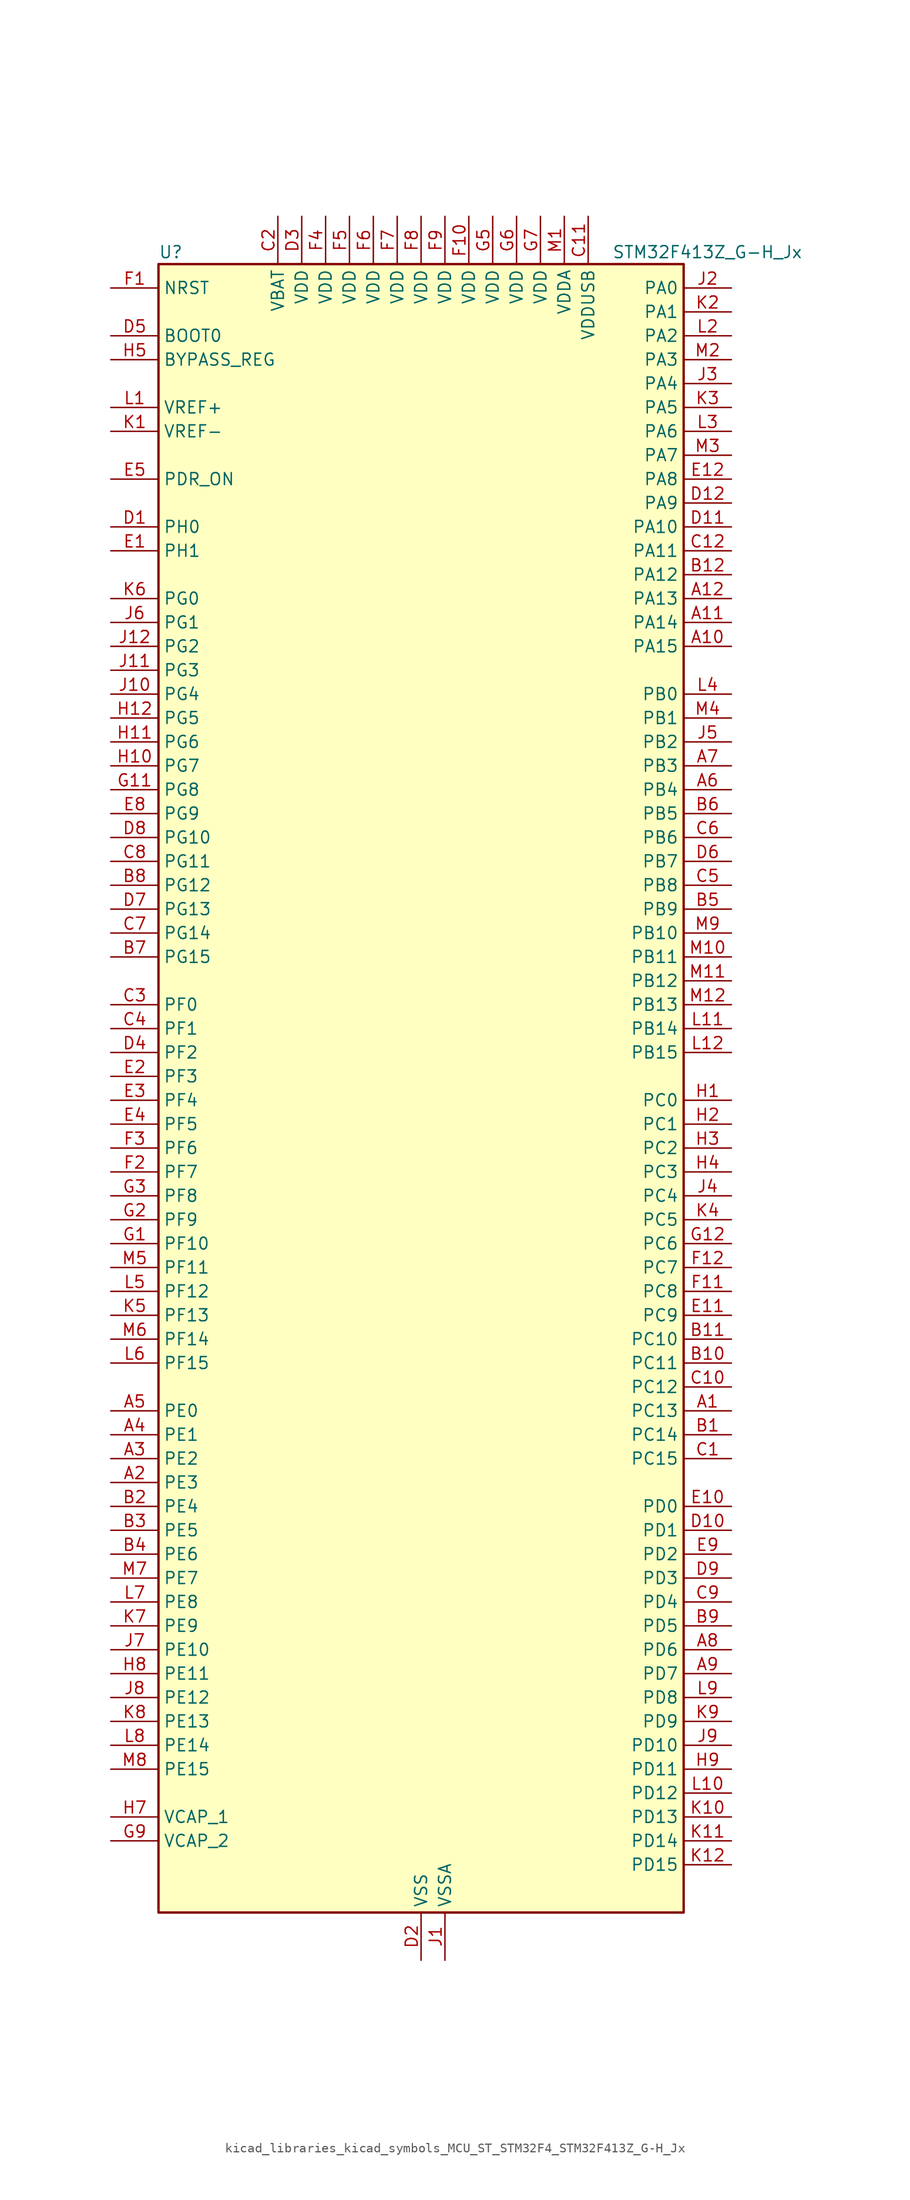
<source format=kicad_sym>
(kicad_symbol_lib
  (version 20220914)
  (generator kicad_symbol_editor)
  (symbol "kicad_libraries_kicad_symbols_MCU_ST_STM32F4_STM32F413Z_G-H_Jx"
    (property "Reference" "U"
      (at -27.94 90.17 0)
      (effects (font (size 1.27 1.27)) (justify left)))
    (property "Value" "STM32F413Z_G-H_Jx"
      (at 20.32 90.17 0)
      (effects (font (size 1.27 1.27)) (justify left)))
    (property "ki_locked" ""
      (at 0 0 0)
      (effects (font (size 1.27 1.27))))
    (symbol "kicad_libraries_kicad_symbols_MCU_ST_STM32F4_STM32F413Z_G-H_Jx_0_1"
      (rectangle (start -27.94 -86.36) (end 27.94 88.9) (stroke (width 0.254) (type default)) (fill (type background))))
    (symbol "kicad_libraries_kicad_symbols_MCU_ST_STM32F4_STM32F413Z_G-H_Jx_1_1"
      (pin bidirectional line (at 33.02 -33.02 180) (length 5.08) (name "PC13" (effects (font (size 1.27 1.27)))) (number "A1" (effects (font (size 1.27 1.27)))) (alternate "RTC_AF1" bidirectional line))
      (pin bidirectional line (at 33.02 48.26 180) (length 5.08) (name "PA15" (effects (font (size 1.27 1.27)))) (number "A10" (effects (font (size 1.27 1.27)))) (alternate "ADC1_EXTI15" bidirectional line) (alternate "CAN3_TX" bidirectional line) (alternate "I2S1_WS" bidirectional line) (alternate "I2S3_WS" bidirectional line) (alternate "SAI1_MCLK_A" bidirectional line) (alternate "SPI1_NSS" bidirectional line) (alternate "SPI3_NSS" bidirectional line) (alternate "SYS_JTDI" bidirectional line) (alternate "TIM2_CH1" bidirectional line) (alternate "TIM2_ETR" bidirectional line) (alternate "UART7_TX" bidirectional line) (alternate "USART1_TX" bidirectional line))
      (pin bidirectional line (at 33.02 50.8 180) (length 5.08) (name "PA14" (effects (font (size 1.27 1.27)))) (number "A11" (effects (font (size 1.27 1.27)))) (alternate "SYS_JTCK-SWCLK" bidirectional line))
      (pin bidirectional line (at 33.02 53.34 180) (length 5.08) (name "PA13" (effects (font (size 1.27 1.27)))) (number "A12" (effects (font (size 1.27 1.27)))) (alternate "SYS_JTMS-SWDIO" bidirectional line))
      (pin bidirectional line (at -33.02 -40.64 0) (length 5.08) (name "PE3" (effects (font (size 1.27 1.27)))) (number "A2" (effects (font (size 1.27 1.27)))) (alternate "FSMC_A19" bidirectional line) (alternate "SAI1_SD_B" bidirectional line) (alternate "SYS_TRACED0" bidirectional line) (alternate "UART10_TX" bidirectional line))
      (pin bidirectional line (at -33.02 -38.1 0) (length 5.08) (name "PE2" (effects (font (size 1.27 1.27)))) (number "A3" (effects (font (size 1.27 1.27)))) (alternate "FSMC_A23" bidirectional line) (alternate "I2S4_CK" bidirectional line) (alternate "I2S5_CK" bidirectional line) (alternate "QUADSPI_BK1_IO2" bidirectional line) (alternate "SAI1_MCLK_A" bidirectional line) (alternate "SPI4_SCK" bidirectional line) (alternate "SPI5_SCK" bidirectional line) (alternate "SYS_TRACECLK" bidirectional line) (alternate "UART10_RX" bidirectional line))
      (pin bidirectional line (at -33.02 -35.56 0) (length 5.08) (name "PE1" (effects (font (size 1.27 1.27)))) (number "A4" (effects (font (size 1.27 1.27)))) (alternate "DFSDM2_DATIN4" bidirectional line) (alternate "FSMC_NBL1" bidirectional line) (alternate "UART8_TX" bidirectional line))
      (pin bidirectional line (at -33.02 -33.02 0) (length 5.08) (name "PE0" (effects (font (size 1.27 1.27)))) (number "A5" (effects (font (size 1.27 1.27)))) (alternate "DFSDM2_CKIN4" bidirectional line) (alternate "FSMC_NBL0" bidirectional line) (alternate "TIM4_ETR" bidirectional line) (alternate "UART8_RX" bidirectional line))
      (pin bidirectional line (at 33.02 33.02 180) (length 5.08) (name "PB4" (effects (font (size 1.27 1.27)))) (number "A6" (effects (font (size 1.27 1.27)))) (alternate "CAN3_TX" bidirectional line) (alternate "I2C3_SDA" bidirectional line) (alternate "I2S3_ext_SD" bidirectional line) (alternate "SAI1_SCK_A" bidirectional line) (alternate "SDIO_D0" bidirectional line) (alternate "SPI1_MISO" bidirectional line) (alternate "SPI3_MISO" bidirectional line) (alternate "SYS_JTRST" bidirectional line) (alternate "TIM3_CH1" bidirectional line) (alternate "UART7_TX" bidirectional line))
      (pin bidirectional line (at 33.02 35.56 180) (length 5.08) (name "PB3" (effects (font (size 1.27 1.27)))) (number "A7" (effects (font (size 1.27 1.27)))) (alternate "CAN3_RX" bidirectional line) (alternate "FMPI2C1_SDA" bidirectional line) (alternate "I2C2_SDA" bidirectional line) (alternate "I2S1_CK" bidirectional line) (alternate "I2S3_CK" bidirectional line) (alternate "SAI1_SD_A" bidirectional line) (alternate "SPI1_SCK" bidirectional line) (alternate "SPI3_SCK" bidirectional line) (alternate "SYS_JTDO-SWO" bidirectional line) (alternate "TIM2_CH2" bidirectional line) (alternate "UART7_RX" bidirectional line) (alternate "USART1_RX" bidirectional line))
      (pin bidirectional line (at 33.02 -58.42 180) (length 5.08) (name "PD6" (effects (font (size 1.27 1.27)))) (number "A8" (effects (font (size 1.27 1.27)))) (alternate "DFSDM1_DATIN1" bidirectional line) (alternate "FSMC_NWAIT" bidirectional line) (alternate "I2S3_SD" bidirectional line) (alternate "SPI3_MOSI" bidirectional line) (alternate "USART2_RX" bidirectional line))
      (pin bidirectional line (at 33.02 -60.96 180) (length 5.08) (name "PD7" (effects (font (size 1.27 1.27)))) (number "A9" (effects (font (size 1.27 1.27)))) (alternate "DFSDM1_CKIN1" bidirectional line) (alternate "FSMC_NE1" bidirectional line) (alternate "USART2_CK" bidirectional line))
      (pin bidirectional line (at 33.02 -35.56 180) (length 5.08) (name "PC14" (effects (font (size 1.27 1.27)))) (number "B1" (effects (font (size 1.27 1.27)))) (alternate "RCC_OSC32_IN" bidirectional line))
      (pin bidirectional line (at 33.02 -27.94 180) (length 5.08) (name "PC11" (effects (font (size 1.27 1.27)))) (number "B10" (effects (font (size 1.27 1.27)))) (alternate "ADC1_EXTI11" bidirectional line) (alternate "DFSDM2_DATIN5" bidirectional line) (alternate "FSMC_D2" bidirectional line) (alternate "FSMC_DA2" bidirectional line) (alternate "I2S3_ext_SD" bidirectional line) (alternate "QUADSPI_BK2_NCS" bidirectional line) (alternate "SDIO_D3" bidirectional line) (alternate "SPI3_MISO" bidirectional line) (alternate "UART4_RX" bidirectional line) (alternate "USART3_RX" bidirectional line))
      (pin bidirectional line (at 33.02 -25.4 180) (length 5.08) (name "PC10" (effects (font (size 1.27 1.27)))) (number "B11" (effects (font (size 1.27 1.27)))) (alternate "DFSDM2_CKIN5" bidirectional line) (alternate "I2S3_CK" bidirectional line) (alternate "QUADSPI_BK1_IO1" bidirectional line) (alternate "SDIO_D2" bidirectional line) (alternate "SPI3_SCK" bidirectional line) (alternate "USART3_TX" bidirectional line))
      (pin bidirectional line (at 33.02 55.88 180) (length 5.08) (name "PA12" (effects (font (size 1.27 1.27)))) (number "B12" (effects (font (size 1.27 1.27)))) (alternate "CAN1_TX" bidirectional line) (alternate "DFSDM2_DATIN5" bidirectional line) (alternate "SPI2_MISO" bidirectional line) (alternate "SPI5_MISO" bidirectional line) (alternate "TIM1_ETR" bidirectional line) (alternate "UART4_TX" bidirectional line) (alternate "USART1_RTS" bidirectional line) (alternate "USART6_RX" bidirectional line) (alternate "USB_OTG_FS_DP" bidirectional line))
      (pin bidirectional line (at -33.02 -43.18 0) (length 5.08) (name "PE4" (effects (font (size 1.27 1.27)))) (number "B2" (effects (font (size 1.27 1.27)))) (alternate "DFSDM1_DATIN3" bidirectional line) (alternate "FSMC_A20" bidirectional line) (alternate "I2S4_WS" bidirectional line) (alternate "I2S5_WS" bidirectional line) (alternate "SAI1_SD_A" bidirectional line) (alternate "SPI4_NSS" bidirectional line) (alternate "SPI5_NSS" bidirectional line) (alternate "SYS_TRACED1" bidirectional line))
      (pin bidirectional line (at -33.02 -45.72 0) (length 5.08) (name "PE5" (effects (font (size 1.27 1.27)))) (number "B3" (effects (font (size 1.27 1.27)))) (alternate "DFSDM1_CKIN3" bidirectional line) (alternate "FSMC_A21" bidirectional line) (alternate "SAI1_SCK_A" bidirectional line) (alternate "SPI4_MISO" bidirectional line) (alternate "SPI5_MISO" bidirectional line) (alternate "SYS_TRACED2" bidirectional line) (alternate "TIM9_CH1" bidirectional line))
      (pin bidirectional line (at -33.02 -48.26 0) (length 5.08) (name "PE6" (effects (font (size 1.27 1.27)))) (number "B4" (effects (font (size 1.27 1.27)))) (alternate "FSMC_A22" bidirectional line) (alternate "I2S4_SD" bidirectional line) (alternate "I2S5_SD" bidirectional line) (alternate "SAI1_FS_A" bidirectional line) (alternate "SPI4_MOSI" bidirectional line) (alternate "SPI5_MOSI" bidirectional line) (alternate "SYS_TRACED3" bidirectional line) (alternate "TIM9_CH2" bidirectional line))
      (pin bidirectional line (at 33.02 20.32 180) (length 5.08) (name "PB9" (effects (font (size 1.27 1.27)))) (number "B5" (effects (font (size 1.27 1.27)))) (alternate "CAN1_TX" bidirectional line) (alternate "DAC_EXTI9" bidirectional line) (alternate "DFSDM2_DATIN1" bidirectional line) (alternate "I2C1_SDA" bidirectional line) (alternate "I2C2_SDA" bidirectional line) (alternate "I2S2_WS" bidirectional line) (alternate "SDIO_D5" bidirectional line) (alternate "SPI2_NSS" bidirectional line) (alternate "TIM11_CH1" bidirectional line) (alternate "TIM4_CH4" bidirectional line) (alternate "UART5_TX" bidirectional line))
      (pin bidirectional line (at 33.02 30.48 180) (length 5.08) (name "PB5" (effects (font (size 1.27 1.27)))) (number "B6" (effects (font (size 1.27 1.27)))) (alternate "CAN2_RX" bidirectional line) (alternate "I2C1_SMBA" bidirectional line) (alternate "I2S1_SD" bidirectional line) (alternate "I2S3_SD" bidirectional line) (alternate "LPTIM1_IN1" bidirectional line) (alternate "SAI1_FS_A" bidirectional line) (alternate "SDIO_D3" bidirectional line) (alternate "SPI1_MOSI" bidirectional line) (alternate "SPI3_MOSI" bidirectional line) (alternate "TIM3_CH2" bidirectional line) (alternate "UART5_RX" bidirectional line))
      (pin bidirectional line (at -33.02 15.24 0) (length 5.08) (name "PG15" (effects (font (size 1.27 1.27)))) (number "B7" (effects (font (size 1.27 1.27)))) (alternate "ADC1_EXTI15" bidirectional line) (alternate "USART6_CTS" bidirectional line))
      (pin bidirectional line (at -33.02 22.86 0) (length 5.08) (name "PG12" (effects (font (size 1.27 1.27)))) (number "B8" (effects (font (size 1.27 1.27)))) (alternate "CAN2_TX" bidirectional line) (alternate "FSMC_NE4" bidirectional line) (alternate "UART10_TX" bidirectional line) (alternate "USART6_RTS" bidirectional line))
      (pin bidirectional line (at 33.02 -55.88 180) (length 5.08) (name "PD5" (effects (font (size 1.27 1.27)))) (number "B9" (effects (font (size 1.27 1.27)))) (alternate "DFSDM2_CKOUT" bidirectional line) (alternate "FSMC_NWE" bidirectional line) (alternate "USART2_TX" bidirectional line))
      (pin bidirectional line (at 33.02 -38.1 180) (length 5.08) (name "PC15" (effects (font (size 1.27 1.27)))) (number "C1" (effects (font (size 1.27 1.27)))) (alternate "ADC1_EXTI15" bidirectional line) (alternate "RCC_OSC32_OUT" bidirectional line))
      (pin bidirectional line (at 33.02 -30.48 180) (length 5.08) (name "PC12" (effects (font (size 1.27 1.27)))) (number "C10" (effects (font (size 1.27 1.27)))) (alternate "FSMC_D3" bidirectional line) (alternate "FSMC_DA3" bidirectional line) (alternate "I2S3_SD" bidirectional line) (alternate "SDIO_CK" bidirectional line) (alternate "SPI3_MOSI" bidirectional line) (alternate "UART5_TX" bidirectional line) (alternate "USART3_CK" bidirectional line))
      (pin power_in line (at 17.78 93.98 270) (length 5.08) (name "VDDUSB" (effects (font (size 1.27 1.27)))) (number "C11" (effects (font (size 1.27 1.27)))))
      (pin bidirectional line (at 33.02 58.42 180) (length 5.08) (name "PA11" (effects (font (size 1.27 1.27)))) (number "C12" (effects (font (size 1.27 1.27)))) (alternate "ADC1_EXTI11" bidirectional line) (alternate "CAN1_RX" bidirectional line) (alternate "DFSDM2_CKIN5" bidirectional line) (alternate "I2S2_WS" bidirectional line) (alternate "SPI2_NSS" bidirectional line) (alternate "SPI4_MISO" bidirectional line) (alternate "TIM1_CH4" bidirectional line) (alternate "UART4_RX" bidirectional line) (alternate "USART1_CTS" bidirectional line) (alternate "USART6_TX" bidirectional line) (alternate "USB_OTG_FS_DM" bidirectional line))
      (pin power_in line (at -15.24 93.98 270) (length 5.08) (name "VBAT" (effects (font (size 1.27 1.27)))) (number "C2" (effects (font (size 1.27 1.27)))))
      (pin bidirectional line (at -33.02 10.16 0) (length 5.08) (name "PF0" (effects (font (size 1.27 1.27)))) (number "C3" (effects (font (size 1.27 1.27)))) (alternate "FSMC_A0" bidirectional line) (alternate "I2C2_SDA" bidirectional line))
      (pin bidirectional line (at -33.02 7.62 0) (length 5.08) (name "PF1" (effects (font (size 1.27 1.27)))) (number "C4" (effects (font (size 1.27 1.27)))) (alternate "FSMC_A1" bidirectional line) (alternate "I2C2_SCL" bidirectional line))
      (pin bidirectional line (at 33.02 22.86 180) (length 5.08) (name "PB8" (effects (font (size 1.27 1.27)))) (number "C5" (effects (font (size 1.27 1.27)))) (alternate "CAN1_RX" bidirectional line) (alternate "DFSDM2_CKIN1" bidirectional line) (alternate "I2C1_SCL" bidirectional line) (alternate "I2C3_SDA" bidirectional line) (alternate "I2S5_SD" bidirectional line) (alternate "LPTIM1_OUT" bidirectional line) (alternate "SDIO_D4" bidirectional line) (alternate "SPI5_MOSI" bidirectional line) (alternate "TIM10_CH1" bidirectional line) (alternate "TIM4_CH3" bidirectional line) (alternate "UART5_RX" bidirectional line))
      (pin bidirectional line (at 33.02 27.94 180) (length 5.08) (name "PB6" (effects (font (size 1.27 1.27)))) (number "C6" (effects (font (size 1.27 1.27)))) (alternate "CAN2_TX" bidirectional line) (alternate "DFSDM2_CKIN7" bidirectional line) (alternate "I2C1_SCL" bidirectional line) (alternate "LPTIM1_ETR" bidirectional line) (alternate "QUADSPI_BK1_NCS" bidirectional line) (alternate "SDIO_D0" bidirectional line) (alternate "TIM4_CH1" bidirectional line) (alternate "UART5_TX" bidirectional line) (alternate "USART1_TX" bidirectional line))
      (pin bidirectional line (at -33.02 17.78 0) (length 5.08) (name "PG14" (effects (font (size 1.27 1.27)))) (number "C7" (effects (font (size 1.27 1.27)))) (alternate "FSMC_A25" bidirectional line) (alternate "QUADSPI_BK2_IO3" bidirectional line) (alternate "SYS_TRACED3" bidirectional line) (alternate "USART6_TX" bidirectional line))
      (pin bidirectional line (at -33.02 25.4 0) (length 5.08) (name "PG11" (effects (font (size 1.27 1.27)))) (number "C8" (effects (font (size 1.27 1.27)))) (alternate "ADC1_EXTI11" bidirectional line) (alternate "CAN2_RX" bidirectional line) (alternate "UART10_RX" bidirectional line))
      (pin bidirectional line (at 33.02 -53.34 180) (length 5.08) (name "PD4" (effects (font (size 1.27 1.27)))) (number "C9" (effects (font (size 1.27 1.27)))) (alternate "DFSDM1_CKIN0" bidirectional line) (alternate "FSMC_NOE" bidirectional line) (alternate "USART2_RTS" bidirectional line))
      (pin bidirectional line (at -33.02 60.96 0) (length 5.08) (name "PH0" (effects (font (size 1.27 1.27)))) (number "D1" (effects (font (size 1.27 1.27)))) (alternate "RCC_OSC_IN" bidirectional line))
      (pin bidirectional line (at 33.02 -45.72 180) (length 5.08) (name "PD1" (effects (font (size 1.27 1.27)))) (number "D10" (effects (font (size 1.27 1.27)))) (alternate "CAN1_TX" bidirectional line) (alternate "DFSDM2_DATIN6" bidirectional line) (alternate "FSMC_D3" bidirectional line) (alternate "FSMC_DA3" bidirectional line) (alternate "UART4_TX" bidirectional line))
      (pin bidirectional line (at 33.02 60.96 180) (length 5.08) (name "PA10" (effects (font (size 1.27 1.27)))) (number "D11" (effects (font (size 1.27 1.27)))) (alternate "DFSDM2_DATIN3" bidirectional line) (alternate "I2S2_SD" bidirectional line) (alternate "I2S5_SD" bidirectional line) (alternate "SPI2_MOSI" bidirectional line) (alternate "SPI5_MOSI" bidirectional line) (alternate "TIM1_CH3" bidirectional line) (alternate "USART1_RX" bidirectional line) (alternate "USB_OTG_FS_ID" bidirectional line))
      (pin bidirectional line (at 33.02 63.5 180) (length 5.08) (name "PA9" (effects (font (size 1.27 1.27)))) (number "D12" (effects (font (size 1.27 1.27)))) (alternate "DAC_EXTI9" bidirectional line) (alternate "DFSDM2_CKIN3" bidirectional line) (alternate "I2C3_SMBA" bidirectional line) (alternate "I2S2_CK" bidirectional line) (alternate "SDIO_D2" bidirectional line) (alternate "SPI2_SCK" bidirectional line) (alternate "TIM1_CH2" bidirectional line) (alternate "USART1_TX" bidirectional line) (alternate "USB_OTG_FS_VBUS" bidirectional line))
      (pin power_in line (at 0 -91.44 90) (length 5.08) (name "VSS" (effects (font (size 1.27 1.27)))) (number "D2" (effects (font (size 1.27 1.27)))))
      (pin power_in line (at -12.7 93.98 270) (length 5.08) (name "VDD" (effects (font (size 1.27 1.27)))) (number "D3" (effects (font (size 1.27 1.27)))))
      (pin bidirectional line (at -33.02 5.08 0) (length 5.08) (name "PF2" (effects (font (size 1.27 1.27)))) (number "D4" (effects (font (size 1.27 1.27)))) (alternate "FSMC_A2" bidirectional line) (alternate "I2C2_SMBA" bidirectional line))
      (pin input line (at -33.02 81.28 0) (length 5.08) (name "BOOT0" (effects (font (size 1.27 1.27)))) (number "D5" (effects (font (size 1.27 1.27)))))
      (pin bidirectional line (at 33.02 25.4 180) (length 5.08) (name "PB7" (effects (font (size 1.27 1.27)))) (number "D6" (effects (font (size 1.27 1.27)))) (alternate "DFSDM2_DATIN7" bidirectional line) (alternate "FSMC_NL" bidirectional line) (alternate "I2C1_SDA" bidirectional line) (alternate "LPTIM1_IN2" bidirectional line) (alternate "TIM4_CH2" bidirectional line) (alternate "USART1_RX" bidirectional line))
      (pin bidirectional line (at -33.02 20.32 0) (length 5.08) (name "PG13" (effects (font (size 1.27 1.27)))) (number "D7" (effects (font (size 1.27 1.27)))) (alternate "FSMC_A24" bidirectional line) (alternate "SYS_TRACED2" bidirectional line) (alternate "USART6_CTS" bidirectional line))
      (pin bidirectional line (at -33.02 27.94 0) (length 5.08) (name "PG10" (effects (font (size 1.27 1.27)))) (number "D8" (effects (font (size 1.27 1.27)))) (alternate "FSMC_NE3" bidirectional line))
      (pin bidirectional line (at 33.02 -50.8 180) (length 5.08) (name "PD3" (effects (font (size 1.27 1.27)))) (number "D9" (effects (font (size 1.27 1.27)))) (alternate "DFSDM1_DATIN0" bidirectional line) (alternate "FSMC_CLK" bidirectional line) (alternate "I2S2_CK" bidirectional line) (alternate "QUADSPI_CLK" bidirectional line) (alternate "SPI2_SCK" bidirectional line) (alternate "SYS_TRACED1" bidirectional line) (alternate "USART2_CTS" bidirectional line))
      (pin bidirectional line (at -33.02 58.42 0) (length 5.08) (name "PH1" (effects (font (size 1.27 1.27)))) (number "E1" (effects (font (size 1.27 1.27)))) (alternate "RCC_OSC_OUT" bidirectional line))
      (pin bidirectional line (at 33.02 -43.18 180) (length 5.08) (name "PD0" (effects (font (size 1.27 1.27)))) (number "E10" (effects (font (size 1.27 1.27)))) (alternate "CAN1_RX" bidirectional line) (alternate "DFSDM2_CKIN6" bidirectional line) (alternate "FSMC_D2" bidirectional line) (alternate "FSMC_DA2" bidirectional line) (alternate "UART4_RX" bidirectional line))
      (pin bidirectional line (at 33.02 -22.86 180) (length 5.08) (name "PC9" (effects (font (size 1.27 1.27)))) (number "E11" (effects (font (size 1.27 1.27)))) (alternate "DAC_EXTI9" bidirectional line) (alternate "DFSDM2_DATIN3" bidirectional line) (alternate "I2C3_SDA" bidirectional line) (alternate "I2S_CKIN" bidirectional line) (alternate "QUADSPI_BK1_IO0" bidirectional line) (alternate "RCC_MCO_2" bidirectional line) (alternate "SDIO_D1" bidirectional line) (alternate "TIM3_CH4" bidirectional line) (alternate "TIM8_CH4" bidirectional line))
      (pin bidirectional line (at 33.02 66.04 180) (length 5.08) (name "PA8" (effects (font (size 1.27 1.27)))) (number "E12" (effects (font (size 1.27 1.27)))) (alternate "CAN3_RX" bidirectional line) (alternate "DFSDM1_CKOUT" bidirectional line) (alternate "I2C3_SCL" bidirectional line) (alternate "RCC_MCO_1" bidirectional line) (alternate "SDIO_D1" bidirectional line) (alternate "TIM1_CH1" bidirectional line) (alternate "UART7_RX" bidirectional line) (alternate "USART1_CK" bidirectional line) (alternate "USB_OTG_FS_SOF" bidirectional line))
      (pin bidirectional line (at -33.02 2.54 0) (length 5.08) (name "PF3" (effects (font (size 1.27 1.27)))) (number "E2" (effects (font (size 1.27 1.27)))) (alternate "FSMC_A3" bidirectional line) (alternate "TIM5_CH1" bidirectional line))
      (pin bidirectional line (at -33.02 0 0) (length 5.08) (name "PF4" (effects (font (size 1.27 1.27)))) (number "E3" (effects (font (size 1.27 1.27)))) (alternate "FSMC_A4" bidirectional line) (alternate "TIM5_CH2" bidirectional line))
      (pin bidirectional line (at -33.02 -2.54 0) (length 5.08) (name "PF5" (effects (font (size 1.27 1.27)))) (number "E4" (effects (font (size 1.27 1.27)))) (alternate "FSMC_A5" bidirectional line) (alternate "TIM5_CH3" bidirectional line))
      (pin input line (at -33.02 66.04 0) (length 5.08) (name "PDR_ON" (effects (font (size 1.27 1.27)))) (number "E5" (effects (font (size 1.27 1.27)))))
      (pin passive line (at 0 -91.44 90) (length 5.08) hide (name "VSS" (effects (font (size 1.27 1.27)))) (number "E6" (effects (font (size 1.27 1.27)))))
      (pin passive line (at 0 -91.44 90) (length 5.08) hide (name "VSS" (effects (font (size 1.27 1.27)))) (number "E7" (effects (font (size 1.27 1.27)))))
      (pin bidirectional line (at -33.02 30.48 0) (length 5.08) (name "PG9" (effects (font (size 1.27 1.27)))) (number "E8" (effects (font (size 1.27 1.27)))) (alternate "DAC_EXTI9" bidirectional line) (alternate "FSMC_NE2" bidirectional line) (alternate "QUADSPI_BK2_IO2" bidirectional line) (alternate "USART6_RX" bidirectional line))
      (pin bidirectional line (at 33.02 -48.26 180) (length 5.08) (name "PD2" (effects (font (size 1.27 1.27)))) (number "E9" (effects (font (size 1.27 1.27)))) (alternate "DFSDM2_CKOUT" bidirectional line) (alternate "FSMC_NWE" bidirectional line) (alternate "SDIO_CMD" bidirectional line) (alternate "TIM3_ETR" bidirectional line) (alternate "UART5_RX" bidirectional line))
      (pin input line (at -33.02 86.36 0) (length 5.08) (name "NRST" (effects (font (size 1.27 1.27)))) (number "F1" (effects (font (size 1.27 1.27)))))
      (pin power_in line (at 5.08 93.98 270) (length 5.08) (name "VDD" (effects (font (size 1.27 1.27)))) (number "F10" (effects (font (size 1.27 1.27)))))
      (pin bidirectional line (at 33.02 -20.32 180) (length 5.08) (name "PC8" (effects (font (size 1.27 1.27)))) (number "F11" (effects (font (size 1.27 1.27)))) (alternate "DFSDM2_CKIN3" bidirectional line) (alternate "QUADSPI_BK1_IO2" bidirectional line) (alternate "SDIO_D0" bidirectional line) (alternate "TIM3_CH3" bidirectional line) (alternate "TIM8_CH3" bidirectional line) (alternate "USART6_CK" bidirectional line))
      (pin bidirectional line (at 33.02 -17.78 180) (length 5.08) (name "PC7" (effects (font (size 1.27 1.27)))) (number "F12" (effects (font (size 1.27 1.27)))) (alternate "DFSDM1_DATIN3" bidirectional line) (alternate "DFSDM2_CKIN6" bidirectional line) (alternate "FMPI2C1_SDA" bidirectional line) (alternate "I2S2_CK" bidirectional line) (alternate "I2S3_MCK" bidirectional line) (alternate "SDIO_D7" bidirectional line) (alternate "SPI2_SCK" bidirectional line) (alternate "TIM3_CH2" bidirectional line) (alternate "TIM8_CH2" bidirectional line) (alternate "USART6_RX" bidirectional line))
      (pin bidirectional line (at -33.02 -7.62 0) (length 5.08) (name "PF7" (effects (font (size 1.27 1.27)))) (number "F2" (effects (font (size 1.27 1.27)))) (alternate "QUADSPI_BK1_IO2" bidirectional line) (alternate "SAI1_MCLK_B" bidirectional line) (alternate "SYS_TRACED1" bidirectional line) (alternate "TIM11_CH1" bidirectional line) (alternate "UART7_TX" bidirectional line))
      (pin bidirectional line (at -33.02 -5.08 0) (length 5.08) (name "PF6" (effects (font (size 1.27 1.27)))) (number "F3" (effects (font (size 1.27 1.27)))) (alternate "QUADSPI_BK1_IO3" bidirectional line) (alternate "SAI1_SD_B" bidirectional line) (alternate "SYS_TRACED0" bidirectional line) (alternate "TIM10_CH1" bidirectional line) (alternate "UART7_RX" bidirectional line))
      (pin power_in line (at -10.16 93.98 270) (length 5.08) (name "VDD" (effects (font (size 1.27 1.27)))) (number "F4" (effects (font (size 1.27 1.27)))))
      (pin power_in line (at -7.62 93.98 270) (length 5.08) (name "VDD" (effects (font (size 1.27 1.27)))) (number "F5" (effects (font (size 1.27 1.27)))))
      (pin power_in line (at -5.08 93.98 270) (length 5.08) (name "VDD" (effects (font (size 1.27 1.27)))) (number "F6" (effects (font (size 1.27 1.27)))))
      (pin power_in line (at -2.54 93.98 270) (length 5.08) (name "VDD" (effects (font (size 1.27 1.27)))) (number "F7" (effects (font (size 1.27 1.27)))))
      (pin power_in line (at 0 93.98 270) (length 5.08) (name "VDD" (effects (font (size 1.27 1.27)))) (number "F8" (effects (font (size 1.27 1.27)))))
      (pin power_in line (at 2.54 93.98 270) (length 5.08) (name "VDD" (effects (font (size 1.27 1.27)))) (number "F9" (effects (font (size 1.27 1.27)))))
      (pin bidirectional line (at -33.02 -15.24 0) (length 5.08) (name "PF10" (effects (font (size 1.27 1.27)))) (number "G1" (effects (font (size 1.27 1.27)))) (alternate "TIM1_ETR" bidirectional line) (alternate "TIM5_CH4" bidirectional line))
      (pin passive line (at 0 -91.44 90) (length 5.08) hide (name "VSS" (effects (font (size 1.27 1.27)))) (number "G10" (effects (font (size 1.27 1.27)))))
      (pin bidirectional line (at -33.02 33.02 0) (length 5.08) (name "PG8" (effects (font (size 1.27 1.27)))) (number "G11" (effects (font (size 1.27 1.27)))) (alternate "USART6_RTS" bidirectional line))
      (pin bidirectional line (at 33.02 -15.24 180) (length 5.08) (name "PC6" (effects (font (size 1.27 1.27)))) (number "G12" (effects (font (size 1.27 1.27)))) (alternate "DFSDM1_CKIN3" bidirectional line) (alternate "DFSDM2_DATIN6" bidirectional line) (alternate "FMPI2C1_SCL" bidirectional line) (alternate "FSMC_D1" bidirectional line) (alternate "FSMC_DA1" bidirectional line) (alternate "I2S2_MCK" bidirectional line) (alternate "SDIO_D6" bidirectional line) (alternate "TIM3_CH1" bidirectional line) (alternate "TIM8_CH1" bidirectional line) (alternate "USART6_TX" bidirectional line))
      (pin bidirectional line (at -33.02 -12.7 0) (length 5.08) (name "PF9" (effects (font (size 1.27 1.27)))) (number "G2" (effects (font (size 1.27 1.27)))) (alternate "DAC_EXTI9" bidirectional line) (alternate "QUADSPI_BK1_IO1" bidirectional line) (alternate "SAI1_FS_B" bidirectional line) (alternate "TIM14_CH1" bidirectional line) (alternate "UART8_TX" bidirectional line))
      (pin bidirectional line (at -33.02 -10.16 0) (length 5.08) (name "PF8" (effects (font (size 1.27 1.27)))) (number "G3" (effects (font (size 1.27 1.27)))) (alternate "QUADSPI_BK1_IO0" bidirectional line) (alternate "SAI1_SCK_B" bidirectional line) (alternate "TIM13_CH1" bidirectional line) (alternate "UART8_RX" bidirectional line))
      (pin passive line (at 0 -91.44 90) (length 5.08) hide (name "VSS" (effects (font (size 1.27 1.27)))) (number "G4" (effects (font (size 1.27 1.27)))))
      (pin power_in line (at 7.62 93.98 270) (length 5.08) (name "VDD" (effects (font (size 1.27 1.27)))) (number "G5" (effects (font (size 1.27 1.27)))))
      (pin power_in line (at 10.16 93.98 270) (length 5.08) (name "VDD" (effects (font (size 1.27 1.27)))) (number "G6" (effects (font (size 1.27 1.27)))))
      (pin power_in line (at 12.7 93.98 270) (length 5.08) (name "VDD" (effects (font (size 1.27 1.27)))) (number "G7" (effects (font (size 1.27 1.27)))))
      (pin passive line (at 0 -91.44 90) (length 5.08) hide (name "VSS" (effects (font (size 1.27 1.27)))) (number "G8" (effects (font (size 1.27 1.27)))))
      (pin power_out line (at -33.02 -78.74 0) (length 5.08) (name "VCAP_2" (effects (font (size 1.27 1.27)))) (number "G9" (effects (font (size 1.27 1.27)))))
      (pin bidirectional line (at 33.02 0 180) (length 5.08) (name "PC0" (effects (font (size 1.27 1.27)))) (number "H1" (effects (font (size 1.27 1.27)))) (alternate "ADC1_IN10" bidirectional line) (alternate "DFSDM2_CKIN4" bidirectional line) (alternate "LPTIM1_IN1" bidirectional line) (alternate "SAI1_MCLK_B" bidirectional line) (alternate "SYS_WKUP2" bidirectional line))
      (pin bidirectional line (at -33.02 35.56 0) (length 5.08) (name "PG7" (effects (font (size 1.27 1.27)))) (number "H10" (effects (font (size 1.27 1.27)))) (alternate "USART6_CK" bidirectional line))
      (pin bidirectional line (at -33.02 38.1 0) (length 5.08) (name "PG6" (effects (font (size 1.27 1.27)))) (number "H11" (effects (font (size 1.27 1.27)))) (alternate "QUADSPI_BK1_NCS" bidirectional line))
      (pin bidirectional line (at -33.02 40.64 0) (length 5.08) (name "PG5" (effects (font (size 1.27 1.27)))) (number "H12" (effects (font (size 1.27 1.27)))) (alternate "FSMC_A15" bidirectional line))
      (pin bidirectional line (at 33.02 -2.54 180) (length 5.08) (name "PC1" (effects (font (size 1.27 1.27)))) (number "H2" (effects (font (size 1.27 1.27)))) (alternate "ADC1_IN11" bidirectional line) (alternate "DFSDM2_DATIN4" bidirectional line) (alternate "LPTIM1_OUT" bidirectional line) (alternate "SAI1_SD_B" bidirectional line) (alternate "SYS_WKUP3" bidirectional line))
      (pin bidirectional line (at 33.02 -5.08 180) (length 5.08) (name "PC2" (effects (font (size 1.27 1.27)))) (number "H3" (effects (font (size 1.27 1.27)))) (alternate "ADC1_IN12" bidirectional line) (alternate "DFSDM1_CKOUT" bidirectional line) (alternate "DFSDM2_DATIN7" bidirectional line) (alternate "FSMC_NWE" bidirectional line) (alternate "I2S2_ext_SD" bidirectional line) (alternate "LPTIM1_IN2" bidirectional line) (alternate "SAI1_SCK_B" bidirectional line) (alternate "SPI2_MISO" bidirectional line))
      (pin bidirectional line (at 33.02 -7.62 180) (length 5.08) (name "PC3" (effects (font (size 1.27 1.27)))) (number "H4" (effects (font (size 1.27 1.27)))) (alternate "ADC1_IN13" bidirectional line) (alternate "DFSDM2_CKIN7" bidirectional line) (alternate "FSMC_A0" bidirectional line) (alternate "I2S2_SD" bidirectional line) (alternate "LPTIM1_ETR" bidirectional line) (alternate "SAI1_FS_B" bidirectional line) (alternate "SPI2_MOSI" bidirectional line))
      (pin input line (at -33.02 78.74 0) (length 5.08) (name "BYPASS_REG" (effects (font (size 1.27 1.27)))) (number "H5" (effects (font (size 1.27 1.27)))))
      (pin passive line (at 0 -91.44 90) (length 5.08) hide (name "VSS" (effects (font (size 1.27 1.27)))) (number "H6" (effects (font (size 1.27 1.27)))))
      (pin power_out line (at -33.02 -76.2 0) (length 5.08) (name "VCAP_1" (effects (font (size 1.27 1.27)))) (number "H7" (effects (font (size 1.27 1.27)))))
      (pin bidirectional line (at -33.02 -60.96 0) (length 5.08) (name "PE11" (effects (font (size 1.27 1.27)))) (number "H8" (effects (font (size 1.27 1.27)))) (alternate "ADC1_EXTI11" bidirectional line) (alternate "DFSDM2_CKIN0" bidirectional line) (alternate "FSMC_D8" bidirectional line) (alternate "FSMC_DA8" bidirectional line) (alternate "I2S4_WS" bidirectional line) (alternate "I2S5_WS" bidirectional line) (alternate "SPI4_NSS" bidirectional line) (alternate "SPI5_NSS" bidirectional line) (alternate "TIM1_CH2" bidirectional line))
      (pin bidirectional line (at 33.02 -71.12 180) (length 5.08) (name "PD11" (effects (font (size 1.27 1.27)))) (number "H9" (effects (font (size 1.27 1.27)))) (alternate "ADC1_EXTI11" bidirectional line) (alternate "DFSDM2_DATIN2" bidirectional line) (alternate "FMPI2C1_SMBA" bidirectional line) (alternate "FSMC_A16" bidirectional line) (alternate "QUADSPI_BK1_IO0" bidirectional line) (alternate "USART3_CTS" bidirectional line))
      (pin power_in line (at 2.54 -91.44 90) (length 5.08) (name "VSSA" (effects (font (size 1.27 1.27)))) (number "J1" (effects (font (size 1.27 1.27)))))
      (pin bidirectional line (at -33.02 43.18 0) (length 5.08) (name "PG4" (effects (font (size 1.27 1.27)))) (number "J10" (effects (font (size 1.27 1.27)))) (alternate "FSMC_A14" bidirectional line))
      (pin bidirectional line (at -33.02 45.72 0) (length 5.08) (name "PG3" (effects (font (size 1.27 1.27)))) (number "J11" (effects (font (size 1.27 1.27)))) (alternate "FSMC_A13" bidirectional line))
      (pin bidirectional line (at -33.02 48.26 0) (length 5.08) (name "PG2" (effects (font (size 1.27 1.27)))) (number "J12" (effects (font (size 1.27 1.27)))) (alternate "FSMC_A12" bidirectional line))
      (pin bidirectional line (at 33.02 86.36 180) (length 5.08) (name "PA0" (effects (font (size 1.27 1.27)))) (number "J2" (effects (font (size 1.27 1.27)))) (alternate "ADC1_IN0" bidirectional line) (alternate "SYS_WKUP1" bidirectional line) (alternate "TIM2_CH1" bidirectional line) (alternate "TIM2_ETR" bidirectional line) (alternate "TIM5_CH1" bidirectional line) (alternate "TIM8_ETR" bidirectional line) (alternate "UART4_TX" bidirectional line) (alternate "USART2_CTS" bidirectional line))
      (pin bidirectional line (at 33.02 76.2 180) (length 5.08) (name "PA4" (effects (font (size 1.27 1.27)))) (number "J3" (effects (font (size 1.27 1.27)))) (alternate "ADC1_IN4" bidirectional line) (alternate "DAC_OUT1" bidirectional line) (alternate "DFSDM1_DATIN1" bidirectional line) (alternate "FSMC_D6" bidirectional line) (alternate "FSMC_DA6" bidirectional line) (alternate "I2S1_WS" bidirectional line) (alternate "I2S3_WS" bidirectional line) (alternate "SPI1_NSS" bidirectional line) (alternate "SPI3_NSS" bidirectional line) (alternate "USART2_CK" bidirectional line))
      (pin bidirectional line (at 33.02 -10.16 180) (length 5.08) (name "PC4" (effects (font (size 1.27 1.27)))) (number "J4" (effects (font (size 1.27 1.27)))) (alternate "ADC1_IN14" bidirectional line) (alternate "DFSDM2_CKIN2" bidirectional line) (alternate "FSMC_NE4" bidirectional line) (alternate "I2S1_MCK" bidirectional line) (alternate "QUADSPI_BK2_IO2" bidirectional line))
      (pin bidirectional line (at 33.02 38.1 180) (length 5.08) (name "PB2" (effects (font (size 1.27 1.27)))) (number "J5" (effects (font (size 1.27 1.27)))) (alternate "DFSDM1_CKIN0" bidirectional line) (alternate "LPTIM1_OUT" bidirectional line) (alternate "QUADSPI_CLK" bidirectional line))
      (pin bidirectional line (at -33.02 50.8 0) (length 5.08) (name "PG1" (effects (font (size 1.27 1.27)))) (number "J6" (effects (font (size 1.27 1.27)))) (alternate "CAN1_TX" bidirectional line) (alternate "FSMC_A11" bidirectional line) (alternate "UART9_TX" bidirectional line))
      (pin bidirectional line (at -33.02 -58.42 0) (length 5.08) (name "PE10" (effects (font (size 1.27 1.27)))) (number "J7" (effects (font (size 1.27 1.27)))) (alternate "DFSDM2_DATIN0" bidirectional line) (alternate "FSMC_D7" bidirectional line) (alternate "FSMC_DA7" bidirectional line) (alternate "QUADSPI_BK2_IO3" bidirectional line) (alternate "TIM1_CH2N" bidirectional line))
      (pin bidirectional line (at -33.02 -63.5 0) (length 5.08) (name "PE12" (effects (font (size 1.27 1.27)))) (number "J8" (effects (font (size 1.27 1.27)))) (alternate "DFSDM2_DATIN7" bidirectional line) (alternate "FSMC_D9" bidirectional line) (alternate "FSMC_DA9" bidirectional line) (alternate "I2S4_CK" bidirectional line) (alternate "I2S5_CK" bidirectional line) (alternate "SPI4_SCK" bidirectional line) (alternate "SPI5_SCK" bidirectional line) (alternate "TIM1_CH3N" bidirectional line))
      (pin bidirectional line (at 33.02 -68.58 180) (length 5.08) (name "PD10" (effects (font (size 1.27 1.27)))) (number "J9" (effects (font (size 1.27 1.27)))) (alternate "FSMC_D15" bidirectional line) (alternate "FSMC_DA15" bidirectional line) (alternate "UART4_TX" bidirectional line) (alternate "USART3_CK" bidirectional line))
      (pin input line (at -33.02 71.12 0) (length 5.08) (name "VREF-" (effects (font (size 1.27 1.27)))) (number "K1" (effects (font (size 1.27 1.27)))))
      (pin bidirectional line (at 33.02 -76.2 180) (length 5.08) (name "PD13" (effects (font (size 1.27 1.27)))) (number "K10" (effects (font (size 1.27 1.27)))) (alternate "FMPI2C1_SDA" bidirectional line) (alternate "FSMC_A18" bidirectional line) (alternate "QUADSPI_BK1_IO3" bidirectional line) (alternate "TIM4_CH2" bidirectional line))
      (pin bidirectional line (at 33.02 -78.74 180) (length 5.08) (name "PD14" (effects (font (size 1.27 1.27)))) (number "K11" (effects (font (size 1.27 1.27)))) (alternate "DFSDM2_CKIN0" bidirectional line) (alternate "FMPI2C1_SCL" bidirectional line) (alternate "FSMC_D0" bidirectional line) (alternate "FSMC_DA0" bidirectional line) (alternate "TIM4_CH3" bidirectional line) (alternate "UART9_RX" bidirectional line))
      (pin bidirectional line (at 33.02 -81.28 180) (length 5.08) (name "PD15" (effects (font (size 1.27 1.27)))) (number "K12" (effects (font (size 1.27 1.27)))) (alternate "ADC1_EXTI15" bidirectional line) (alternate "DFSDM2_DATIN0" bidirectional line) (alternate "FMPI2C1_SDA" bidirectional line) (alternate "FSMC_D1" bidirectional line) (alternate "FSMC_DA1" bidirectional line) (alternate "TIM4_CH4" bidirectional line) (alternate "UART9_TX" bidirectional line))
      (pin bidirectional line (at 33.02 83.82 180) (length 5.08) (name "PA1" (effects (font (size 1.27 1.27)))) (number "K2" (effects (font (size 1.27 1.27)))) (alternate "ADC1_IN1" bidirectional line) (alternate "I2S4_SD" bidirectional line) (alternate "QUADSPI_BK1_IO3" bidirectional line) (alternate "SPI4_MOSI" bidirectional line) (alternate "TIM2_CH2" bidirectional line) (alternate "TIM5_CH2" bidirectional line) (alternate "UART4_RX" bidirectional line) (alternate "USART2_RTS" bidirectional line))
      (pin bidirectional line (at 33.02 73.66 180) (length 5.08) (name "PA5" (effects (font (size 1.27 1.27)))) (number "K3" (effects (font (size 1.27 1.27)))) (alternate "ADC1_IN5" bidirectional line) (alternate "DAC_OUT2" bidirectional line) (alternate "DFSDM1_CKIN1" bidirectional line) (alternate "FSMC_D7" bidirectional line) (alternate "FSMC_DA7" bidirectional line) (alternate "I2S1_CK" bidirectional line) (alternate "SPI1_SCK" bidirectional line) (alternate "TIM2_CH1" bidirectional line) (alternate "TIM2_ETR" bidirectional line) (alternate "TIM8_CH1N" bidirectional line))
      (pin bidirectional line (at 33.02 -12.7 180) (length 5.08) (name "PC5" (effects (font (size 1.27 1.27)))) (number "K4" (effects (font (size 1.27 1.27)))) (alternate "ADC1_IN15" bidirectional line) (alternate "DFSDM2_DATIN2" bidirectional line) (alternate "FMPI2C1_SMBA" bidirectional line) (alternate "FSMC_NOE" bidirectional line) (alternate "QUADSPI_BK2_IO3" bidirectional line) (alternate "USART3_RX" bidirectional line))
      (pin bidirectional line (at -33.02 -22.86 0) (length 5.08) (name "PF13" (effects (font (size 1.27 1.27)))) (number "K5" (effects (font (size 1.27 1.27)))) (alternate "FMPI2C1_SMBA" bidirectional line) (alternate "FSMC_A7" bidirectional line))
      (pin bidirectional line (at -33.02 53.34 0) (length 5.08) (name "PG0" (effects (font (size 1.27 1.27)))) (number "K6" (effects (font (size 1.27 1.27)))) (alternate "CAN1_RX" bidirectional line) (alternate "FSMC_A10" bidirectional line) (alternate "UART9_RX" bidirectional line))
      (pin bidirectional line (at -33.02 -55.88 0) (length 5.08) (name "PE9" (effects (font (size 1.27 1.27)))) (number "K7" (effects (font (size 1.27 1.27)))) (alternate "DAC_EXTI9" bidirectional line) (alternate "DFSDM1_CKOUT" bidirectional line) (alternate "FSMC_D6" bidirectional line) (alternate "FSMC_DA6" bidirectional line) (alternate "QUADSPI_BK2_IO2" bidirectional line) (alternate "TIM1_CH1" bidirectional line))
      (pin bidirectional line (at -33.02 -66.04 0) (length 5.08) (name "PE13" (effects (font (size 1.27 1.27)))) (number "K8" (effects (font (size 1.27 1.27)))) (alternate "DFSDM2_CKIN7" bidirectional line) (alternate "FSMC_D10" bidirectional line) (alternate "FSMC_DA10" bidirectional line) (alternate "SPI4_MISO" bidirectional line) (alternate "SPI5_MISO" bidirectional line) (alternate "TIM1_CH3" bidirectional line))
      (pin bidirectional line (at 33.02 -66.04 180) (length 5.08) (name "PD9" (effects (font (size 1.27 1.27)))) (number "K9" (effects (font (size 1.27 1.27)))) (alternate "DAC_EXTI9" bidirectional line) (alternate "FSMC_D14" bidirectional line) (alternate "FSMC_DA14" bidirectional line) (alternate "USART3_RX" bidirectional line))
      (pin input line (at -33.02 73.66 0) (length 5.08) (name "VREF+" (effects (font (size 1.27 1.27)))) (number "L1" (effects (font (size 1.27 1.27)))))
      (pin bidirectional line (at 33.02 -73.66 180) (length 5.08) (name "PD12" (effects (font (size 1.27 1.27)))) (number "L10" (effects (font (size 1.27 1.27)))) (alternate "DFSDM2_CKIN2" bidirectional line) (alternate "FMPI2C1_SCL" bidirectional line) (alternate "FSMC_A17" bidirectional line) (alternate "QUADSPI_BK1_IO1" bidirectional line) (alternate "TIM4_CH1" bidirectional line) (alternate "USART3_RTS" bidirectional line))
      (pin bidirectional line (at 33.02 7.62 180) (length 5.08) (name "PB14" (effects (font (size 1.27 1.27)))) (number "L11" (effects (font (size 1.27 1.27)))) (alternate "DFSDM1_DATIN2" bidirectional line) (alternate "FMPI2C1_SDA" bidirectional line) (alternate "FSMC_D0" bidirectional line) (alternate "FSMC_DA0" bidirectional line) (alternate "I2S2_ext_SD" bidirectional line) (alternate "SDIO_D6" bidirectional line) (alternate "SPI2_MISO" bidirectional line) (alternate "TIM12_CH1" bidirectional line) (alternate "TIM1_CH2N" bidirectional line) (alternate "TIM8_CH2N" bidirectional line) (alternate "USART3_RTS" bidirectional line))
      (pin bidirectional line (at 33.02 5.08 180) (length 5.08) (name "PB15" (effects (font (size 1.27 1.27)))) (number "L12" (effects (font (size 1.27 1.27)))) (alternate "ADC1_EXTI15" bidirectional line) (alternate "DFSDM1_CKIN2" bidirectional line) (alternate "FMPI2C1_SCL" bidirectional line) (alternate "I2S2_SD" bidirectional line) (alternate "RTC_REFIN" bidirectional line) (alternate "SDIO_CK" bidirectional line) (alternate "SPI2_MOSI" bidirectional line) (alternate "TIM12_CH2" bidirectional line) (alternate "TIM1_CH3N" bidirectional line) (alternate "TIM8_CH3N" bidirectional line))
      (pin bidirectional line (at 33.02 81.28 180) (length 5.08) (name "PA2" (effects (font (size 1.27 1.27)))) (number "L2" (effects (font (size 1.27 1.27)))) (alternate "ADC1_IN2" bidirectional line) (alternate "FSMC_D4" bidirectional line) (alternate "FSMC_DA4" bidirectional line) (alternate "I2S_CKIN" bidirectional line) (alternate "TIM2_CH3" bidirectional line) (alternate "TIM5_CH3" bidirectional line) (alternate "TIM9_CH1" bidirectional line) (alternate "USART2_TX" bidirectional line))
      (pin bidirectional line (at 33.02 71.12 180) (length 5.08) (name "PA6" (effects (font (size 1.27 1.27)))) (number "L3" (effects (font (size 1.27 1.27)))) (alternate "ADC1_IN6" bidirectional line) (alternate "DFSDM2_CKIN1" bidirectional line) (alternate "I2S2_MCK" bidirectional line) (alternate "QUADSPI_BK2_IO0" bidirectional line) (alternate "SDIO_CMD" bidirectional line) (alternate "SPI1_MISO" bidirectional line) (alternate "TIM13_CH1" bidirectional line) (alternate "TIM1_BKIN" bidirectional line) (alternate "TIM3_CH1" bidirectional line) (alternate "TIM8_BKIN" bidirectional line))
      (pin bidirectional line (at 33.02 43.18 180) (length 5.08) (name "PB0" (effects (font (size 1.27 1.27)))) (number "L4" (effects (font (size 1.27 1.27)))) (alternate "ADC1_IN8" bidirectional line) (alternate "I2S5_CK" bidirectional line) (alternate "SPI5_SCK" bidirectional line) (alternate "TIM1_CH2N" bidirectional line) (alternate "TIM3_CH3" bidirectional line) (alternate "TIM8_CH2N" bidirectional line))
      (pin bidirectional line (at -33.02 -20.32 0) (length 5.08) (name "PF12" (effects (font (size 1.27 1.27)))) (number "L5" (effects (font (size 1.27 1.27)))) (alternate "FSMC_A6" bidirectional line) (alternate "TIM8_BKIN" bidirectional line))
      (pin bidirectional line (at -33.02 -27.94 0) (length 5.08) (name "PF15" (effects (font (size 1.27 1.27)))) (number "L6" (effects (font (size 1.27 1.27)))) (alternate "ADC1_EXTI15" bidirectional line) (alternate "FMPI2C1_SDA" bidirectional line) (alternate "FSMC_A9" bidirectional line))
      (pin bidirectional line (at -33.02 -53.34 0) (length 5.08) (name "PE8" (effects (font (size 1.27 1.27)))) (number "L7" (effects (font (size 1.27 1.27)))) (alternate "DFSDM1_CKIN2" bidirectional line) (alternate "FSMC_D5" bidirectional line) (alternate "FSMC_DA5" bidirectional line) (alternate "QUADSPI_BK2_IO1" bidirectional line) (alternate "TIM1_CH1N" bidirectional line) (alternate "UART7_TX" bidirectional line))
      (pin bidirectional line (at -33.02 -68.58 0) (length 5.08) (name "PE14" (effects (font (size 1.27 1.27)))) (number "L8" (effects (font (size 1.27 1.27)))) (alternate "DFSDM2_DATIN1" bidirectional line) (alternate "FSMC_D11" bidirectional line) (alternate "FSMC_DA11" bidirectional line) (alternate "I2S4_SD" bidirectional line) (alternate "I2S5_SD" bidirectional line) (alternate "SPI4_MOSI" bidirectional line) (alternate "SPI5_MOSI" bidirectional line) (alternate "TIM1_CH4" bidirectional line))
      (pin bidirectional line (at 33.02 -63.5 180) (length 5.08) (name "PD8" (effects (font (size 1.27 1.27)))) (number "L9" (effects (font (size 1.27 1.27)))) (alternate "FSMC_D13" bidirectional line) (alternate "FSMC_DA13" bidirectional line) (alternate "USART3_TX" bidirectional line))
      (pin power_in line (at 15.24 93.98 270) (length 5.08) (name "VDDA" (effects (font (size 1.27 1.27)))) (number "M1" (effects (font (size 1.27 1.27)))))
      (pin bidirectional line (at 33.02 15.24 180) (length 5.08) (name "PB11" (effects (font (size 1.27 1.27)))) (number "M10" (effects (font (size 1.27 1.27)))) (alternate "ADC1_EXTI11" bidirectional line) (alternate "I2C2_SDA" bidirectional line) (alternate "I2S_CKIN" bidirectional line) (alternate "TIM2_CH4" bidirectional line) (alternate "USART3_RX" bidirectional line))
      (pin bidirectional line (at 33.02 12.7 180) (length 5.08) (name "PB12" (effects (font (size 1.27 1.27)))) (number "M11" (effects (font (size 1.27 1.27)))) (alternate "CAN2_RX" bidirectional line) (alternate "DFSDM1_DATIN1" bidirectional line) (alternate "FSMC_D13" bidirectional line) (alternate "FSMC_DA13" bidirectional line) (alternate "I2C2_SMBA" bidirectional line) (alternate "I2S2_WS" bidirectional line) (alternate "I2S3_CK" bidirectional line) (alternate "I2S4_WS" bidirectional line) (alternate "SPI2_NSS" bidirectional line) (alternate "SPI3_SCK" bidirectional line) (alternate "SPI4_NSS" bidirectional line) (alternate "TIM1_BKIN" bidirectional line) (alternate "UART5_RX" bidirectional line) (alternate "USART3_CK" bidirectional line))
      (pin bidirectional line (at 33.02 10.16 180) (length 5.08) (name "PB13" (effects (font (size 1.27 1.27)))) (number "M12" (effects (font (size 1.27 1.27)))) (alternate "CAN2_TX" bidirectional line) (alternate "DFSDM1_CKIN1" bidirectional line) (alternate "FMPI2C1_SMBA" bidirectional line) (alternate "I2S2_CK" bidirectional line) (alternate "I2S4_CK" bidirectional line) (alternate "SPI2_SCK" bidirectional line) (alternate "SPI4_SCK" bidirectional line) (alternate "TIM1_CH1N" bidirectional line) (alternate "UART5_TX" bidirectional line) (alternate "USART3_CTS" bidirectional line))
      (pin bidirectional line (at 33.02 78.74 180) (length 5.08) (name "PA3" (effects (font (size 1.27 1.27)))) (number "M2" (effects (font (size 1.27 1.27)))) (alternate "ADC1_IN3" bidirectional line) (alternate "FSMC_D5" bidirectional line) (alternate "FSMC_DA5" bidirectional line) (alternate "I2S2_MCK" bidirectional line) (alternate "SAI1_SD_B" bidirectional line) (alternate "TIM2_CH4" bidirectional line) (alternate "TIM5_CH4" bidirectional line) (alternate "TIM9_CH2" bidirectional line) (alternate "USART2_RX" bidirectional line))
      (pin bidirectional line (at 33.02 68.58 180) (length 5.08) (name "PA7" (effects (font (size 1.27 1.27)))) (number "M3" (effects (font (size 1.27 1.27)))) (alternate "ADC1_IN7" bidirectional line) (alternate "DFSDM2_DATIN1" bidirectional line) (alternate "I2S1_SD" bidirectional line) (alternate "QUADSPI_BK2_IO1" bidirectional line) (alternate "SPI1_MOSI" bidirectional line) (alternate "TIM14_CH1" bidirectional line) (alternate "TIM1_CH1N" bidirectional line) (alternate "TIM3_CH2" bidirectional line) (alternate "TIM8_CH1N" bidirectional line))
      (pin bidirectional line (at 33.02 40.64 180) (length 5.08) (name "PB1" (effects (font (size 1.27 1.27)))) (number "M4" (effects (font (size 1.27 1.27)))) (alternate "ADC1_IN9" bidirectional line) (alternate "DFSDM1_DATIN0" bidirectional line) (alternate "I2S5_WS" bidirectional line) (alternate "QUADSPI_CLK" bidirectional line) (alternate "SPI5_NSS" bidirectional line) (alternate "TIM1_CH3N" bidirectional line) (alternate "TIM3_CH4" bidirectional line) (alternate "TIM8_CH3N" bidirectional line))
      (pin bidirectional line (at -33.02 -17.78 0) (length 5.08) (name "PF11" (effects (font (size 1.27 1.27)))) (number "M5" (effects (font (size 1.27 1.27)))) (alternate "ADC1_EXTI11" bidirectional line) (alternate "TIM8_ETR" bidirectional line))
      (pin bidirectional line (at -33.02 -25.4 0) (length 5.08) (name "PF14" (effects (font (size 1.27 1.27)))) (number "M6" (effects (font (size 1.27 1.27)))) (alternate "FMPI2C1_SCL" bidirectional line) (alternate "FSMC_A8" bidirectional line))
      (pin bidirectional line (at -33.02 -50.8 0) (length 5.08) (name "PE7" (effects (font (size 1.27 1.27)))) (number "M7" (effects (font (size 1.27 1.27)))) (alternate "DFSDM1_DATIN2" bidirectional line) (alternate "FSMC_D4" bidirectional line) (alternate "FSMC_DA4" bidirectional line) (alternate "QUADSPI_BK2_IO0" bidirectional line) (alternate "TIM1_ETR" bidirectional line) (alternate "UART7_RX" bidirectional line))
      (pin bidirectional line (at -33.02 -71.12 0) (length 5.08) (name "PE15" (effects (font (size 1.27 1.27)))) (number "M8" (effects (font (size 1.27 1.27)))) (alternate "ADC1_EXTI15" bidirectional line) (alternate "DFSDM2_CKIN1" bidirectional line) (alternate "FSMC_D12" bidirectional line) (alternate "FSMC_DA12" bidirectional line) (alternate "TIM1_BKIN" bidirectional line))
      (pin bidirectional line (at 33.02 17.78 180) (length 5.08) (name "PB10" (effects (font (size 1.27 1.27)))) (number "M9" (effects (font (size 1.27 1.27)))) (alternate "DFSDM2_CKOUT" bidirectional line) (alternate "FMPI2C1_SCL" bidirectional line) (alternate "I2C2_SCL" bidirectional line) (alternate "I2S2_CK" bidirectional line) (alternate "I2S3_MCK" bidirectional line) (alternate "SDIO_D7" bidirectional line) (alternate "SPI2_SCK" bidirectional line) (alternate "TIM2_CH3" bidirectional line) (alternate "USART3_TX" bidirectional line)))))
</source>
